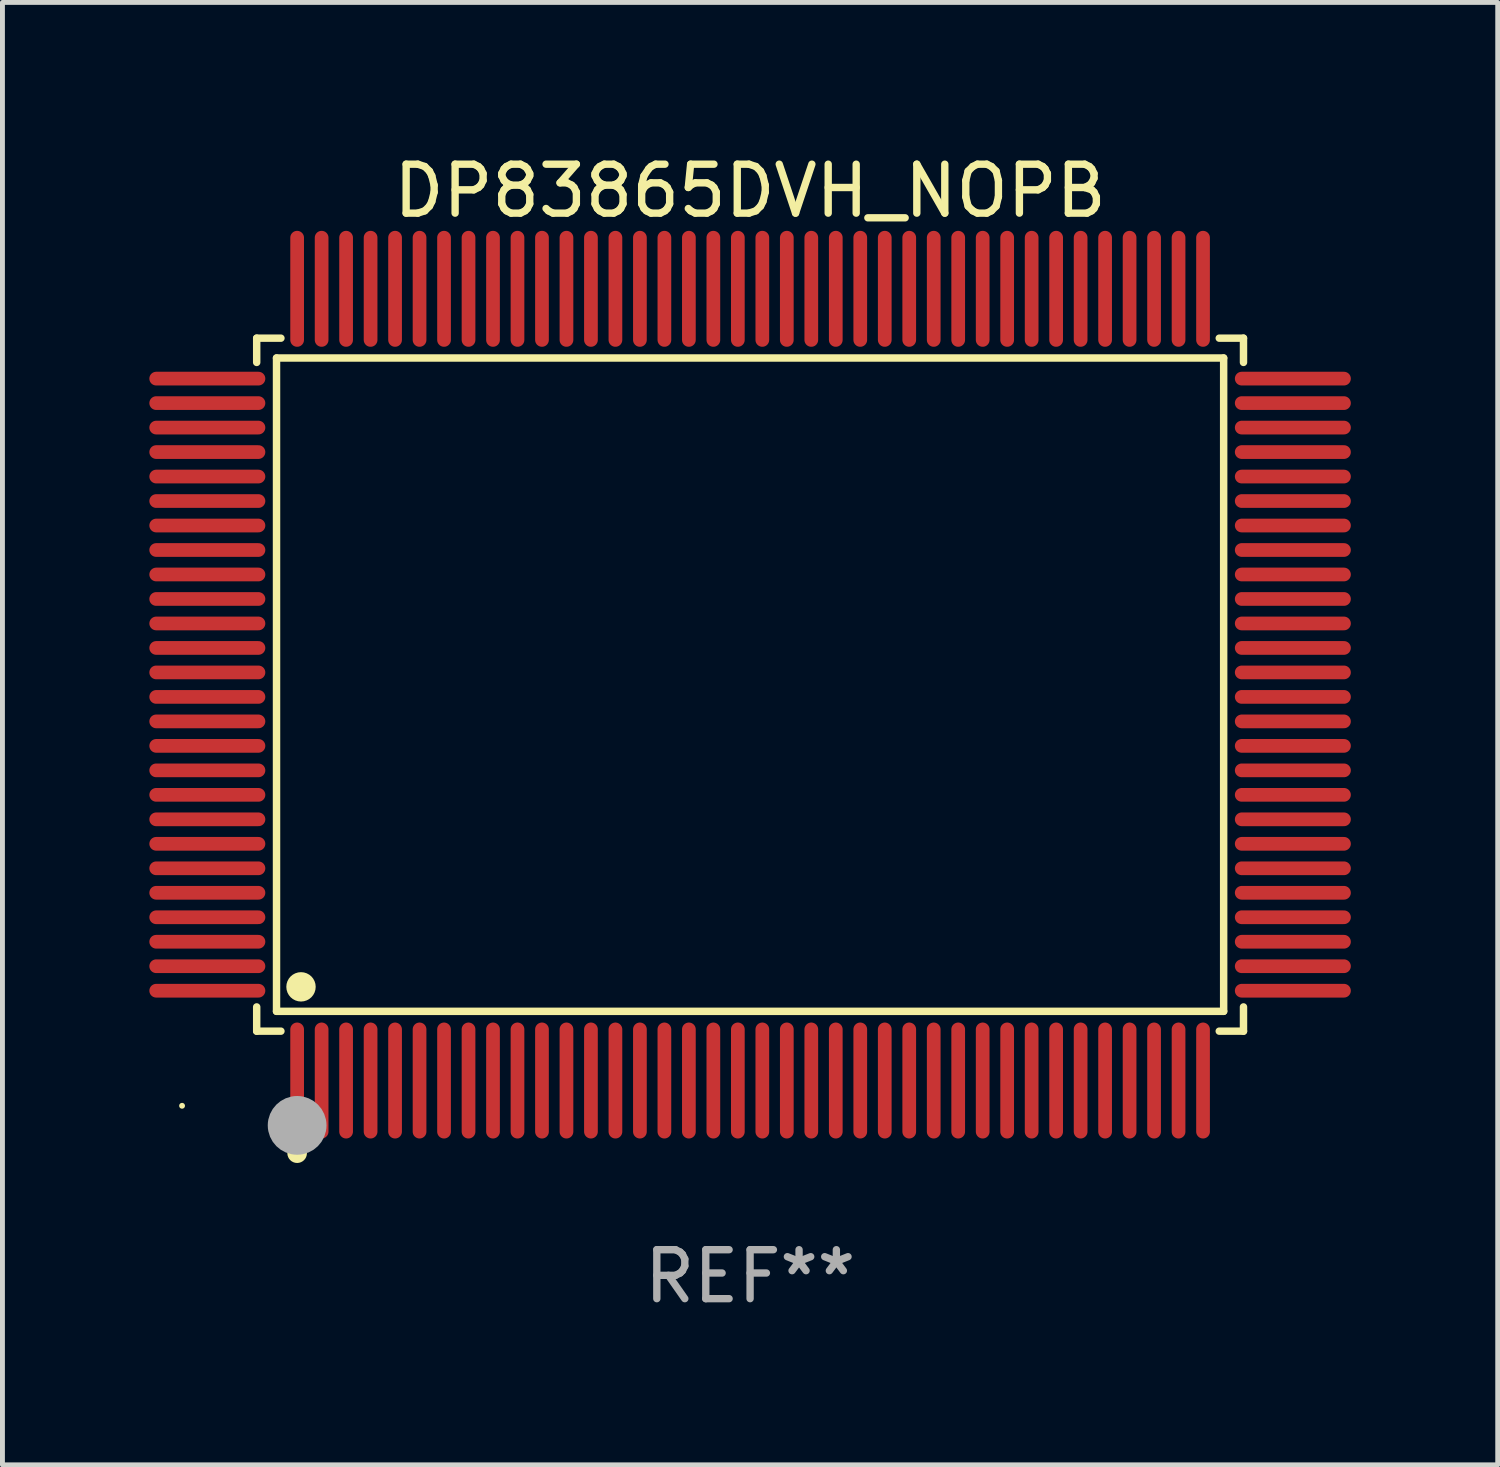
<source format=kicad_pcb>
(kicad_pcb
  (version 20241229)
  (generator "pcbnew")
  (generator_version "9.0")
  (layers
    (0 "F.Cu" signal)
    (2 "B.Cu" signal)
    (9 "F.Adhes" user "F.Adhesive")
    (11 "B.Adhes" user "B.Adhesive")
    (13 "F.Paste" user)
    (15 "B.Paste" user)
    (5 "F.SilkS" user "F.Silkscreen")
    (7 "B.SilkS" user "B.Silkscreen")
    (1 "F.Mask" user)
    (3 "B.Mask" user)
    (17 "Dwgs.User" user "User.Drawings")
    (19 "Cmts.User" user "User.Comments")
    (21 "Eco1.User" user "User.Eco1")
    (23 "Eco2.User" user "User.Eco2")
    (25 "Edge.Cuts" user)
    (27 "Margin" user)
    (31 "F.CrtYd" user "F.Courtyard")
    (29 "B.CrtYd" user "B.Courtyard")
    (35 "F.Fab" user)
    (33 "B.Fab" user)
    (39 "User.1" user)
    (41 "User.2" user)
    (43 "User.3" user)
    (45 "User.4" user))
  (footprint "DP83865DVH_NOPB"
    (layer "F.Cu")
    (at 12.268 10.932)
    (property "Reference" "DP83865DVH_NOPB" (at 0 -10.084 0) (layer "F.SilkS") (effects (font (size 1 1) (thickness 0.15))))
    (attr through_hole)
    (fp_line (start -10.076 -7.076) (end -9.581 -7.076) (stroke (width 0.152) (type solid)) (layer "F.SilkS"))
    (fp_line (start -10.076 -6.581) (end -10.076 -7.076) (stroke (width 0.152) (type solid)) (layer "F.SilkS"))
    (fp_line (start -10.076 6.581) (end -10.076 7.076) (stroke (width 0.152) (type solid)) (layer "F.SilkS"))
    (fp_line (start -10.076 7.076) (end -9.581 7.076) (stroke (width 0.152) (type solid)) (layer "F.SilkS"))
    (fp_line (start -9.671 -6.671) (end 9.671 -6.671) (stroke (width 0.152) (type solid)) (layer "F.SilkS"))
    (fp_line (start -9.671 6.671) (end -9.671 -6.671) (stroke (width 0.152) (type solid)) (layer "F.SilkS"))
    (fp_line (start 9.671 -6.671) (end 9.671 6.671) (stroke (width 0.152) (type solid)) (layer "F.SilkS"))
    (fp_line (start 9.671 6.671) (end -9.671 6.671) (stroke (width 0.152) (type solid)) (layer "F.SilkS"))
    (fp_line (start 10.076 -7.076) (end 9.581 -7.076) (stroke (width 0.152) (type solid)) (layer "F.SilkS"))
    (fp_line (start 10.076 -6.581) (end 10.076 -7.076) (stroke (width 0.152) (type solid)) (layer "F.SilkS"))
    (fp_line (start 10.076 6.581) (end 10.076 7.076) (stroke (width 0.152) (type solid)) (layer "F.SilkS"))
    (fp_line (start 10.076 7.076) (end 9.581 7.076) (stroke (width 0.152) (type solid)) (layer "F.SilkS"))
    (fp_circle (center -11.6 8.6) (end -11.57 8.6) (stroke (width 0.06) (type solid)) (fill no) (layer "F.SilkS"))
    (fp_circle (center -9.25 9.568) (end -9.15 9.568) (stroke (width 0.2) (type solid)) (fill no) (layer "F.SilkS"))
    (fp_circle (center -9.171 6.171) (end -9.021 6.171) (stroke (width 0.3) (type solid)) (fill no) (layer "F.SilkS"))
    (fp_circle (center -9.25 9) (end -8.95 9) (stroke (width 0.6) (type solid)) (fill no) (layer "F.Fab"))
    (fp_text user "REF**" (at 0 12.084 0) (layer "F.Fab") (effects (font (size 1 1) (thickness 0.15))))
    (pad "1" smd oval (at -9.25 8.084) (size 0.28 2.368) (layers "F.Cu" "F.Mask" "F.Paste"))
    (pad "2" smd oval (at -8.75 8.084) (size 0.28 2.368) (layers "F.Cu" "F.Mask" "F.Paste"))
    (pad "3" smd oval (at -8.25 8.084) (size 0.28 2.368) (layers "F.Cu" "F.Mask" "F.Paste"))
    (pad "4" smd oval (at -7.75 8.084) (size 0.28 2.368) (layers "F.Cu" "F.Mask" "F.Paste"))
    (pad "5" smd oval (at -7.25 8.084) (size 0.28 2.368) (layers "F.Cu" "F.Mask" "F.Paste"))
    (pad "6" smd oval (at -6.75 8.084) (size 0.28 2.368) (layers "F.Cu" "F.Mask" "F.Paste"))
    (pad "7" smd oval (at -6.25 8.084) (size 0.28 2.368) (layers "F.Cu" "F.Mask" "F.Paste"))
    (pad "8" smd oval (at -5.75 8.084) (size 0.28 2.368) (layers "F.Cu" "F.Mask" "F.Paste"))
    (pad "9" smd oval (at -5.25 8.084) (size 0.28 2.368) (layers "F.Cu" "F.Mask" "F.Paste"))
    (pad "10" smd oval (at -4.75 8.084) (size 0.28 2.368) (layers "F.Cu" "F.Mask" "F.Paste"))
    (pad "11" smd oval (at -4.25 8.084) (size 0.28 2.368) (layers "F.Cu" "F.Mask" "F.Paste"))
    (pad "12" smd oval (at -3.75 8.084) (size 0.28 2.368) (layers "F.Cu" "F.Mask" "F.Paste"))
    (pad "13" smd oval (at -3.25 8.084) (size 0.28 2.368) (layers "F.Cu" "F.Mask" "F.Paste"))
    (pad "14" smd oval (at -2.75 8.084) (size 0.28 2.368) (layers "F.Cu" "F.Mask" "F.Paste"))
    (pad "15" smd oval (at -2.25 8.084) (size 0.28 2.368) (layers "F.Cu" "F.Mask" "F.Paste"))
    (pad "16" smd oval (at -1.75 8.084) (size 0.28 2.368) (layers "F.Cu" "F.Mask" "F.Paste"))
    (pad "17" smd oval (at -1.25 8.084) (size 0.28 2.368) (layers "F.Cu" "F.Mask" "F.Paste"))
    (pad "18" smd oval (at -0.75 8.084) (size 0.28 2.368) (layers "F.Cu" "F.Mask" "F.Paste"))
    (pad "19" smd oval (at -0.25 8.084) (size 0.28 2.368) (layers "F.Cu" "F.Mask" "F.Paste"))
    (pad "20" smd oval (at 0.25 8.084) (size 0.28 2.368) (layers "F.Cu" "F.Mask" "F.Paste"))
    (pad "21" smd oval (at 0.75 8.084) (size 0.28 2.368) (layers "F.Cu" "F.Mask" "F.Paste"))
    (pad "22" smd oval (at 1.25 8.084) (size 0.28 2.368) (layers "F.Cu" "F.Mask" "F.Paste"))
    (pad "23" smd oval (at 1.75 8.084) (size 0.28 2.368) (layers "F.Cu" "F.Mask" "F.Paste"))
    (pad "24" smd oval (at 2.25 8.084) (size 0.28 2.368) (layers "F.Cu" "F.Mask" "F.Paste"))
    (pad "25" smd oval (at 2.75 8.084) (size 0.28 2.368) (layers "F.Cu" "F.Mask" "F.Paste"))
    (pad "26" smd oval (at 3.25 8.084) (size 0.28 2.368) (layers "F.Cu" "F.Mask" "F.Paste"))
    (pad "27" smd oval (at 3.75 8.084) (size 0.28 2.368) (layers "F.Cu" "F.Mask" "F.Paste"))
    (pad "28" smd oval (at 4.25 8.084) (size 0.28 2.368) (layers "F.Cu" "F.Mask" "F.Paste"))
    (pad "29" smd oval (at 4.75 8.084) (size 0.28 2.368) (layers "F.Cu" "F.Mask" "F.Paste"))
    (pad "30" smd oval (at 5.25 8.084) (size 0.28 2.368) (layers "F.Cu" "F.Mask" "F.Paste"))
    (pad "31" smd oval (at 5.75 8.084) (size 0.28 2.368) (layers "F.Cu" "F.Mask" "F.Paste"))
    (pad "32" smd oval (at 6.25 8.084) (size 0.28 2.368) (layers "F.Cu" "F.Mask" "F.Paste"))
    (pad "33" smd oval (at 6.75 8.084) (size 0.28 2.368) (layers "F.Cu" "F.Mask" "F.Paste"))
    (pad "34" smd oval (at 7.25 8.084) (size 0.28 2.368) (layers "F.Cu" "F.Mask" "F.Paste"))
    (pad "35" smd oval (at 7.75 8.084) (size 0.28 2.368) (layers "F.Cu" "F.Mask" "F.Paste"))
    (pad "36" smd oval (at 8.25 8.084) (size 0.28 2.368) (layers "F.Cu" "F.Mask" "F.Paste"))
    (pad "37" smd oval (at 8.75 8.084) (size 0.28 2.368) (layers "F.Cu" "F.Mask" "F.Paste"))
    (pad "38" smd oval (at 9.25 8.084) (size 0.28 2.368) (layers "F.Cu" "F.Mask" "F.Paste"))
    (pad "39" smd oval (at 11.084 6.25) (size 2.368 0.28) (layers "F.Cu" "F.Mask" "F.Paste"))
    (pad "40" smd oval (at 11.084 5.75) (size 2.368 0.28) (layers "F.Cu" "F.Mask" "F.Paste"))
    (pad "41" smd oval (at 11.084 5.25) (size 2.368 0.28) (layers "F.Cu" "F.Mask" "F.Paste"))
    (pad "42" smd oval (at 11.084 4.75) (size 2.368 0.28) (layers "F.Cu" "F.Mask" "F.Paste"))
    (pad "43" smd oval (at 11.084 4.25) (size 2.368 0.28) (layers "F.Cu" "F.Mask" "F.Paste"))
    (pad "44" smd oval (at 11.084 3.75) (size 2.368 0.28) (layers "F.Cu" "F.Mask" "F.Paste"))
    (pad "45" smd oval (at 11.084 3.25) (size 2.368 0.28) (layers "F.Cu" "F.Mask" "F.Paste"))
    (pad "46" smd oval (at 11.084 2.75) (size 2.368 0.28) (layers "F.Cu" "F.Mask" "F.Paste"))
    (pad "47" smd oval (at 11.084 2.25) (size 2.368 0.28) (layers "F.Cu" "F.Mask" "F.Paste"))
    (pad "48" smd oval (at 11.084 1.75) (size 2.368 0.28) (layers "F.Cu" "F.Mask" "F.Paste"))
    (pad "49" smd oval (at 11.084 1.25) (size 2.368 0.28) (layers "F.Cu" "F.Mask" "F.Paste"))
    (pad "50" smd oval (at 11.084 0.75) (size 2.368 0.28) (layers "F.Cu" "F.Mask" "F.Paste"))
    (pad "51" smd oval (at 11.084 0.25) (size 2.368 0.28) (layers "F.Cu" "F.Mask" "F.Paste"))
    (pad "52" smd oval (at 11.084 -0.25) (size 2.368 0.28) (layers "F.Cu" "F.Mask" "F.Paste"))
    (pad "53" smd oval (at 11.084 -0.75) (size 2.368 0.28) (layers "F.Cu" "F.Mask" "F.Paste"))
    (pad "54" smd oval (at 11.084 -1.25) (size 2.368 0.28) (layers "F.Cu" "F.Mask" "F.Paste"))
    (pad "55" smd oval (at 11.084 -1.75) (size 2.368 0.28) (layers "F.Cu" "F.Mask" "F.Paste"))
    (pad "56" smd oval (at 11.084 -2.25) (size 2.368 0.28) (layers "F.Cu" "F.Mask" "F.Paste"))
    (pad "57" smd oval (at 11.084 -2.75) (size 2.368 0.28) (layers "F.Cu" "F.Mask" "F.Paste"))
    (pad "58" smd oval (at 11.084 -3.25) (size 2.368 0.28) (layers "F.Cu" "F.Mask" "F.Paste"))
    (pad "59" smd oval (at 11.084 -3.75) (size 2.368 0.28) (layers "F.Cu" "F.Mask" "F.Paste"))
    (pad "60" smd oval (at 11.084 -4.25) (size 2.368 0.28) (layers "F.Cu" "F.Mask" "F.Paste"))
    (pad "61" smd oval (at 11.084 -4.75) (size 2.368 0.28) (layers "F.Cu" "F.Mask" "F.Paste"))
    (pad "62" smd oval (at 11.084 -5.25) (size 2.368 0.28) (layers "F.Cu" "F.Mask" "F.Paste"))
    (pad "63" smd oval (at 11.084 -5.75) (size 2.368 0.28) (layers "F.Cu" "F.Mask" "F.Paste"))
    (pad "64" smd oval (at 11.084 -6.25) (size 2.368 0.28) (layers "F.Cu" "F.Mask" "F.Paste"))
    (pad "65" smd oval (at 9.25 -8.084) (size 0.28 2.368) (layers "F.Cu" "F.Mask" "F.Paste"))
    (pad "66" smd oval (at 8.75 -8.084) (size 0.28 2.368) (layers "F.Cu" "F.Mask" "F.Paste"))
    (pad "67" smd oval (at 8.25 -8.084) (size 0.28 2.368) (layers "F.Cu" "F.Mask" "F.Paste"))
    (pad "68" smd oval (at 7.75 -8.084) (size 0.28 2.368) (layers "F.Cu" "F.Mask" "F.Paste"))
    (pad "69" smd oval (at 7.25 -8.084) (size 0.28 2.368) (layers "F.Cu" "F.Mask" "F.Paste"))
    (pad "70" smd oval (at 6.75 -8.084) (size 0.28 2.368) (layers "F.Cu" "F.Mask" "F.Paste"))
    (pad "71" smd oval (at 6.25 -8.084) (size 0.28 2.368) (layers "F.Cu" "F.Mask" "F.Paste"))
    (pad "72" smd oval (at 5.75 -8.084) (size 0.28 2.368) (layers "F.Cu" "F.Mask" "F.Paste"))
    (pad "73" smd oval (at 5.25 -8.084) (size 0.28 2.368) (layers "F.Cu" "F.Mask" "F.Paste"))
    (pad "74" smd oval (at 4.75 -8.084) (size 0.28 2.368) (layers "F.Cu" "F.Mask" "F.Paste"))
    (pad "75" smd oval (at 4.25 -8.084) (size 0.28 2.368) (layers "F.Cu" "F.Mask" "F.Paste"))
    (pad "76" smd oval (at 3.75 -8.084) (size 0.28 2.368) (layers "F.Cu" "F.Mask" "F.Paste"))
    (pad "77" smd oval (at 3.25 -8.084) (size 0.28 2.368) (layers "F.Cu" "F.Mask" "F.Paste"))
    (pad "78" smd oval (at 2.75 -8.084) (size 0.28 2.368) (layers "F.Cu" "F.Mask" "F.Paste"))
    (pad "79" smd oval (at 2.25 -8.084) (size 0.28 2.368) (layers "F.Cu" "F.Mask" "F.Paste"))
    (pad "80" smd oval (at 1.75 -8.084) (size 0.28 2.368) (layers "F.Cu" "F.Mask" "F.Paste"))
    (pad "81" smd oval (at 1.25 -8.084) (size 0.28 2.368) (layers "F.Cu" "F.Mask" "F.Paste"))
    (pad "82" smd oval (at 0.75 -8.084) (size 0.28 2.368) (layers "F.Cu" "F.Mask" "F.Paste"))
    (pad "83" smd oval (at 0.25 -8.084) (size 0.28 2.368) (layers "F.Cu" "F.Mask" "F.Paste"))
    (pad "84" smd oval (at -0.25 -8.084) (size 0.28 2.368) (layers "F.Cu" "F.Mask" "F.Paste"))
    (pad "85" smd oval (at -0.75 -8.084) (size 0.28 2.368) (layers "F.Cu" "F.Mask" "F.Paste"))
    (pad "86" smd oval (at -1.25 -8.084) (size 0.28 2.368) (layers "F.Cu" "F.Mask" "F.Paste"))
    (pad "87" smd oval (at -1.75 -8.084) (size 0.28 2.368) (layers "F.Cu" "F.Mask" "F.Paste"))
    (pad "88" smd oval (at -2.25 -8.084) (size 0.28 2.368) (layers "F.Cu" "F.Mask" "F.Paste"))
    (pad "89" smd oval (at -2.75 -8.084) (size 0.28 2.368) (layers "F.Cu" "F.Mask" "F.Paste"))
    (pad "90" smd oval (at -3.25 -8.084) (size 0.28 2.368) (layers "F.Cu" "F.Mask" "F.Paste"))
    (pad "91" smd oval (at -3.75 -8.084) (size 0.28 2.368) (layers "F.Cu" "F.Mask" "F.Paste"))
    (pad "92" smd oval (at -4.25 -8.084) (size 0.28 2.368) (layers "F.Cu" "F.Mask" "F.Paste"))
    (pad "93" smd oval (at -4.75 -8.084) (size 0.28 2.368) (layers "F.Cu" "F.Mask" "F.Paste"))
    (pad "94" smd oval (at -5.25 -8.084) (size 0.28 2.368) (layers "F.Cu" "F.Mask" "F.Paste"))
    (pad "95" smd oval (at -5.75 -8.084) (size 0.28 2.368) (layers "F.Cu" "F.Mask" "F.Paste"))
    (pad "96" smd oval (at -6.25 -8.084) (size 0.28 2.368) (layers "F.Cu" "F.Mask" "F.Paste"))
    (pad "97" smd oval (at -6.75 -8.084) (size 0.28 2.368) (layers "F.Cu" "F.Mask" "F.Paste"))
    (pad "98" smd oval (at -7.25 -8.084) (size 0.28 2.368) (layers "F.Cu" "F.Mask" "F.Paste"))
    (pad "99" smd oval (at -7.75 -8.084) (size 0.28 2.368) (layers "F.Cu" "F.Mask" "F.Paste"))
    (pad "100" smd oval (at -8.25 -8.084) (size 0.28 2.368) (layers "F.Cu" "F.Mask" "F.Paste"))
    (pad "101" smd oval (at -8.75 -8.084) (size 0.28 2.368) (layers "F.Cu" "F.Mask" "F.Paste"))
    (pad "102" smd oval (at -9.25 -8.084) (size 0.28 2.368) (layers "F.Cu" "F.Mask" "F.Paste"))
    (pad "103" smd oval (at -11.084 -6.25) (size 2.368 0.28) (layers "F.Cu" "F.Mask" "F.Paste"))
    (pad "104" smd oval (at -11.084 -5.75) (size 2.368 0.28) (layers "F.Cu" "F.Mask" "F.Paste"))
    (pad "105" smd oval (at -11.084 -5.25) (size 2.368 0.28) (layers "F.Cu" "F.Mask" "F.Paste"))
    (pad "106" smd oval (at -11.084 -4.75) (size 2.368 0.28) (layers "F.Cu" "F.Mask" "F.Paste"))
    (pad "107" smd oval (at -11.084 -4.25) (size 2.368 0.28) (layers "F.Cu" "F.Mask" "F.Paste"))
    (pad "108" smd oval (at -11.084 -3.75) (size 2.368 0.28) (layers "F.Cu" "F.Mask" "F.Paste"))
    (pad "109" smd oval (at -11.084 -3.25) (size 2.368 0.28) (layers "F.Cu" "F.Mask" "F.Paste"))
    (pad "110" smd oval (at -11.084 -2.75) (size 2.368 0.28) (layers "F.Cu" "F.Mask" "F.Paste"))
    (pad "111" smd oval (at -11.084 -2.25) (size 2.368 0.28) (layers "F.Cu" "F.Mask" "F.Paste"))
    (pad "112" smd oval (at -11.084 -1.75) (size 2.368 0.28) (layers "F.Cu" "F.Mask" "F.Paste"))
    (pad "113" smd oval (at -11.084 -1.25) (size 2.368 0.28) (layers "F.Cu" "F.Mask" "F.Paste"))
    (pad "114" smd oval (at -11.084 -0.75) (size 2.368 0.28) (layers "F.Cu" "F.Mask" "F.Paste"))
    (pad "115" smd oval (at -11.084 -0.25) (size 2.368 0.28) (layers "F.Cu" "F.Mask" "F.Paste"))
    (pad "116" smd oval (at -11.084 0.25) (size 2.368 0.28) (layers "F.Cu" "F.Mask" "F.Paste"))
    (pad "117" smd oval (at -11.084 0.75) (size 2.368 0.28) (layers "F.Cu" "F.Mask" "F.Paste"))
    (pad "118" smd oval (at -11.084 1.25) (size 2.368 0.28) (layers "F.Cu" "F.Mask" "F.Paste"))
    (pad "119" smd oval (at -11.084 1.75) (size 2.368 0.28) (layers "F.Cu" "F.Mask" "F.Paste"))
    (pad "120" smd oval (at -11.084 2.25) (size 2.368 0.28) (layers "F.Cu" "F.Mask" "F.Paste"))
    (pad "121" smd oval (at -11.084 2.75) (size 2.368 0.28) (layers "F.Cu" "F.Mask" "F.Paste"))
    (pad "122" smd oval (at -11.084 3.25) (size 2.368 0.28) (layers "F.Cu" "F.Mask" "F.Paste"))
    (pad "123" smd oval (at -11.084 3.75) (size 2.368 0.28) (layers "F.Cu" "F.Mask" "F.Paste"))
    (pad "124" smd oval (at -11.084 4.25) (size 2.368 0.28) (layers "F.Cu" "F.Mask" "F.Paste"))
    (pad "125" smd oval (at -11.084 4.75) (size 2.368 0.28) (layers "F.Cu" "F.Mask" "F.Paste"))
    (pad "126" smd oval (at -11.084 5.25) (size 2.368 0.28) (layers "F.Cu" "F.Mask" "F.Paste"))
    (pad "127" smd oval (at -11.084 5.75) (size 2.368 0.28) (layers "F.Cu" "F.Mask" "F.Paste"))
    (pad "128" smd oval (at -11.084 6.25) (size 2.368 0.28) (layers "F.Cu" "F.Mask" "F.Paste")))
  (gr_rect
    (start -3 -3)
    (end 27.536 26.865)
    (stroke (width 0.1) (type default))
    (fill no)
    (layer "Edge.Cuts")))
</source>
